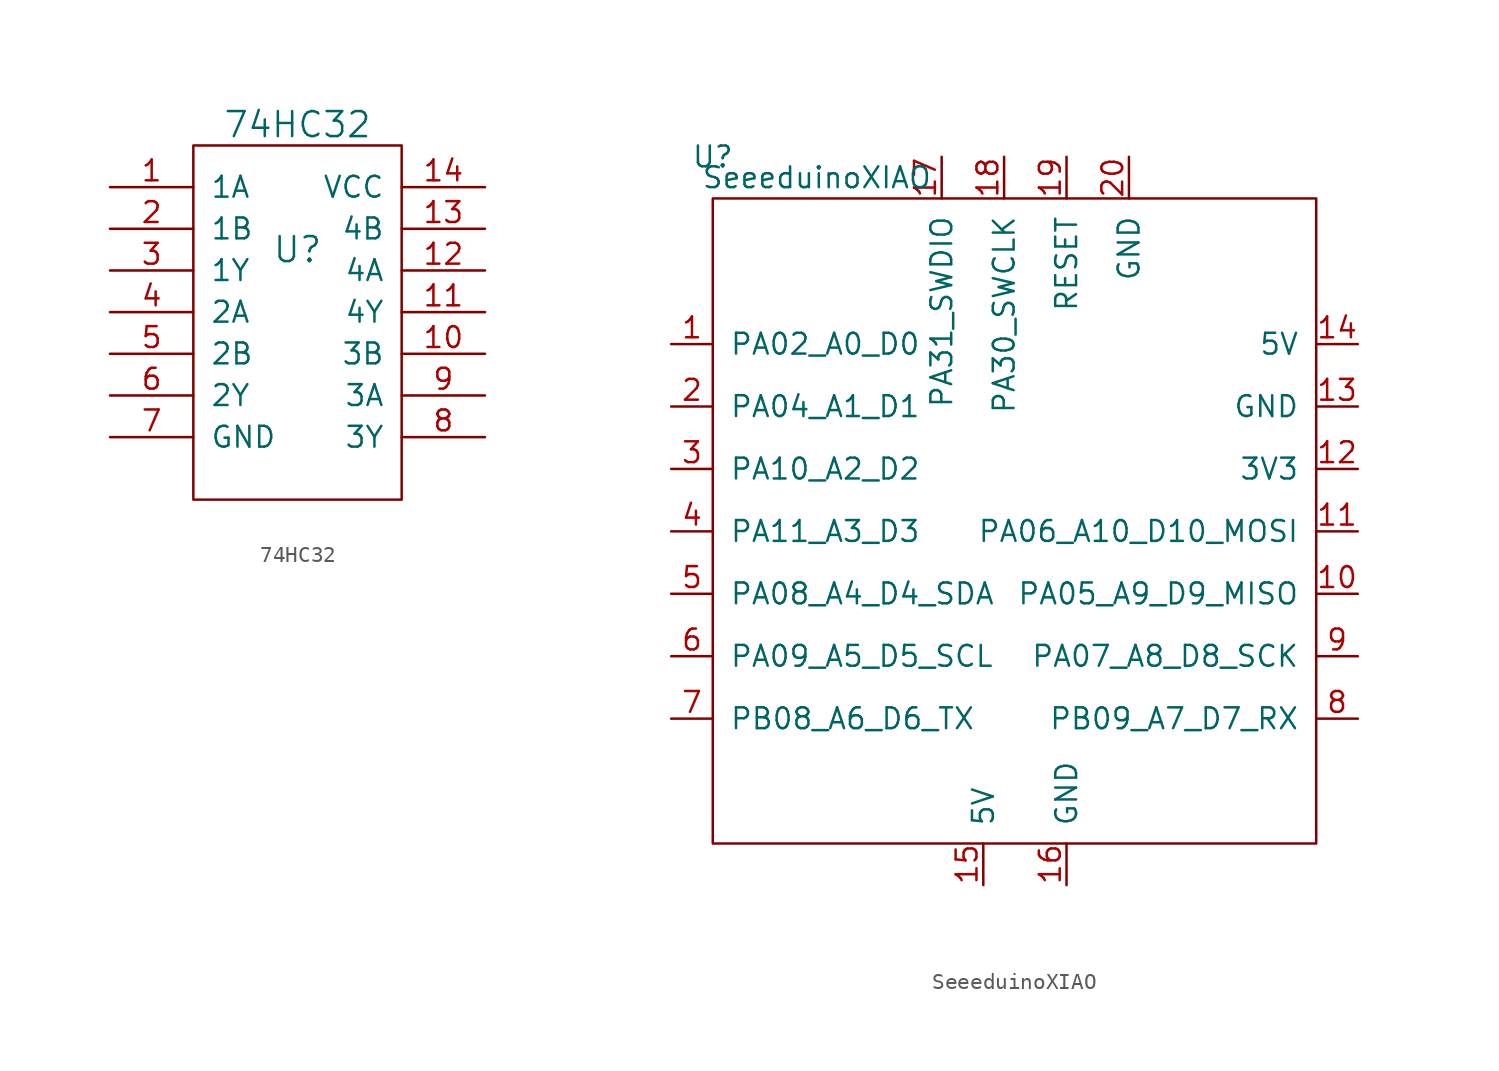
<source format=kicad_sym>
(kicad_symbol_lib
  (version 20220914)
  (generator kicad_symbol_editor)
  (symbol "74HC32"
    (pin_names
      (offset 1.016))
    (property "Reference" "U"
      (at 0 5.08 0)
      (effects (font (size 1.524 1.524))))
    (property "Value" "74HC32"
      (at 0 12.7 0)
      (effects (font (size 1.524 1.524))))
    (symbol "74HC32_0_1"
      (rectangle (start -6.35 11.43) (end 6.35 -10.16) (stroke (width 0) (type solid)) (fill (type none))))
    (symbol "74HC32_1_1"
      (pin input line (at -11.43 8.89 0) (length 5.08) (name "1A" (effects (font (size 1.27 1.27)))) (number "1" (effects (font (size 1.27 1.27)))))
      (pin input line (at 11.43 -1.27 180) (length 5.08) (name "3B" (effects (font (size 1.27 1.27)))) (number "10" (effects (font (size 1.27 1.27)))))
      (pin output line (at 11.43 1.27 180) (length 5.08) (name "4Y" (effects (font (size 1.27 1.27)))) (number "11" (effects (font (size 1.27 1.27)))))
      (pin input line (at 11.43 3.81 180) (length 5.08) (name "4A" (effects (font (size 1.27 1.27)))) (number "12" (effects (font (size 1.27 1.27)))))
      (pin input line (at 11.43 6.35 180) (length 5.08) (name "4B" (effects (font (size 1.27 1.27)))) (number "13" (effects (font (size 1.27 1.27)))))
      (pin power_in line (at 11.43 8.89 180) (length 5.08) (name "VCC" (effects (font (size 1.27 1.27)))) (number "14" (effects (font (size 1.27 1.27)))))
      (pin input line (at -11.43 6.35 0) (length 5.08) (name "1B" (effects (font (size 1.27 1.27)))) (number "2" (effects (font (size 1.27 1.27)))))
      (pin output line (at -11.43 3.81 0) (length 5.08) (name "1Y" (effects (font (size 1.27 1.27)))) (number "3" (effects (font (size 1.27 1.27)))))
      (pin input line (at -11.43 1.27 0) (length 5.08) (name "2A" (effects (font (size 1.27 1.27)))) (number "4" (effects (font (size 1.27 1.27)))))
      (pin input line (at -11.43 -1.27 0) (length 5.08) (name "2B" (effects (font (size 1.27 1.27)))) (number "5" (effects (font (size 1.27 1.27)))))
      (pin output line (at -11.43 -3.81 0) (length 5.08) (name "2Y" (effects (font (size 1.27 1.27)))) (number "6" (effects (font (size 1.27 1.27)))))
      (pin passive line (at -11.43 -6.35 0) (length 5.08) (name "GND" (effects (font (size 1.27 1.27)))) (number "7" (effects (font (size 1.27 1.27)))))
      (pin output line (at 11.43 -6.35 180) (length 5.08) (name "3Y" (effects (font (size 1.27 1.27)))) (number "8" (effects (font (size 1.27 1.27)))))
      (pin input line (at 11.43 -3.81 180) (length 5.08) (name "3A" (effects (font (size 1.27 1.27)))) (number "9" (effects (font (size 1.27 1.27)))))))
  (symbol "SeeeduinoXIAO"
    (pin_names
      (offset 1.016))
    (property "Reference" "U"
      (at -19.05 22.86 0)
      (effects (font (size 1.27 1.27))))
    (property "Value" "SeeeduinoXIAO"
      (at -12.7 21.59 0)
      (effects (font (size 1.27 1.27))))
    (symbol "SeeeduinoXIAO_0_1"
      (rectangle (start -19.05 20.32) (end 17.78 -19.05) (stroke (width 0) (type solid)) (fill (type none))))
    (symbol "SeeeduinoXIAO_1_1"
      (pin unspecified line (at -21.59 11.43 0) (length 2.54) (name "PA02_A0_D0" (effects (font (size 1.27 1.27)))) (number "1" (effects (font (size 1.27 1.27)))))
      (pin unspecified line (at 20.32 -3.81 180) (length 2.54) (name "PA05_A9_D9_MISO" (effects (font (size 1.27 1.27)))) (number "10" (effects (font (size 1.27 1.27)))))
      (pin unspecified line (at 20.32 0 180) (length 2.54) (name "PA06_A10_D10_MOSI" (effects (font (size 1.27 1.27)))) (number "11" (effects (font (size 1.27 1.27)))))
      (pin unspecified line (at 20.32 3.81 180) (length 2.54) (name "3V3" (effects (font (size 1.27 1.27)))) (number "12" (effects (font (size 1.27 1.27)))))
      (pin unspecified line (at 20.32 7.62 180) (length 2.54) (name "GND" (effects (font (size 1.27 1.27)))) (number "13" (effects (font (size 1.27 1.27)))))
      (pin unspecified line (at 20.32 11.43 180) (length 2.54) (name "5V" (effects (font (size 1.27 1.27)))) (number "14" (effects (font (size 1.27 1.27)))))
      (pin input line (at -2.54 -21.59 90) (length 2.54) (name "5V" (effects (font (size 1.27 1.27)))) (number "15" (effects (font (size 1.27 1.27)))))
      (pin input line (at 2.54 -21.59 90) (length 2.54) (name "GND" (effects (font (size 1.27 1.27)))) (number "16" (effects (font (size 1.27 1.27)))))
      (pin input line (at -5.08 22.86 270) (length 2.54) (name "PA31_SWDIO" (effects (font (size 1.27 1.27)))) (number "17" (effects (font (size 1.27 1.27)))))
      (pin input line (at -1.27 22.86 270) (length 2.54) (name "PA30_SWCLK" (effects (font (size 1.27 1.27)))) (number "18" (effects (font (size 1.27 1.27)))))
      (pin input line (at 2.54 22.86 270) (length 2.54) (name "RESET" (effects (font (size 1.27 1.27)))) (number "19" (effects (font (size 1.27 1.27)))))
      (pin unspecified line (at -21.59 7.62 0) (length 2.54) (name "PA04_A1_D1" (effects (font (size 1.27 1.27)))) (number "2" (effects (font (size 1.27 1.27)))))
      (pin input line (at 6.35 22.86 270) (length 2.54) (name "GND" (effects (font (size 1.27 1.27)))) (number "20" (effects (font (size 1.27 1.27)))))
      (pin unspecified line (at -21.59 3.81 0) (length 2.54) (name "PA10_A2_D2" (effects (font (size 1.27 1.27)))) (number "3" (effects (font (size 1.27 1.27)))))
      (pin unspecified line (at -21.59 0 0) (length 2.54) (name "PA11_A3_D3" (effects (font (size 1.27 1.27)))) (number "4" (effects (font (size 1.27 1.27)))))
      (pin unspecified line (at -21.59 -3.81 0) (length 2.54) (name "PA08_A4_D4_SDA" (effects (font (size 1.27 1.27)))) (number "5" (effects (font (size 1.27 1.27)))))
      (pin unspecified line (at -21.59 -7.62 0) (length 2.54) (name "PA09_A5_D5_SCL" (effects (font (size 1.27 1.27)))) (number "6" (effects (font (size 1.27 1.27)))))
      (pin unspecified line (at -21.59 -11.43 0) (length 2.54) (name "PB08_A6_D6_TX" (effects (font (size 1.27 1.27)))) (number "7" (effects (font (size 1.27 1.27)))))
      (pin unspecified line (at 20.32 -11.43 180) (length 2.54) (name "PB09_A7_D7_RX" (effects (font (size 1.27 1.27)))) (number "8" (effects (font (size 1.27 1.27)))))
      (pin unspecified line (at 20.32 -7.62 180) (length 2.54) (name "PA07_A8_D8_SCK" (effects (font (size 1.27 1.27)))) (number "9" (effects (font (size 1.27 1.27))))))))
</source>
